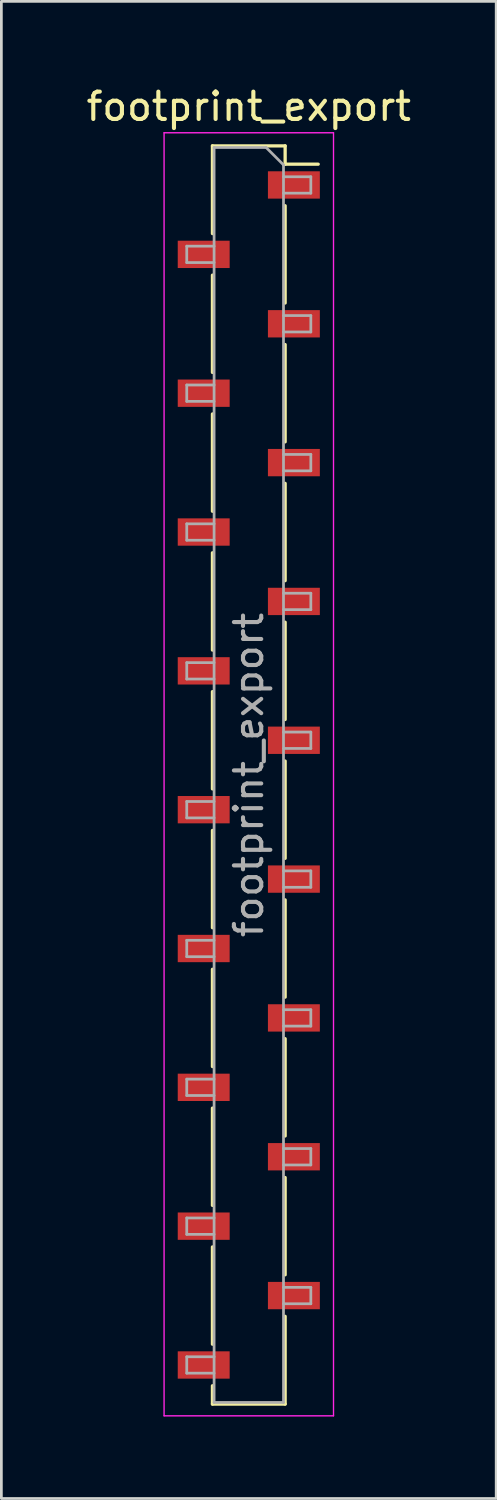
<source format=kicad_pcb>
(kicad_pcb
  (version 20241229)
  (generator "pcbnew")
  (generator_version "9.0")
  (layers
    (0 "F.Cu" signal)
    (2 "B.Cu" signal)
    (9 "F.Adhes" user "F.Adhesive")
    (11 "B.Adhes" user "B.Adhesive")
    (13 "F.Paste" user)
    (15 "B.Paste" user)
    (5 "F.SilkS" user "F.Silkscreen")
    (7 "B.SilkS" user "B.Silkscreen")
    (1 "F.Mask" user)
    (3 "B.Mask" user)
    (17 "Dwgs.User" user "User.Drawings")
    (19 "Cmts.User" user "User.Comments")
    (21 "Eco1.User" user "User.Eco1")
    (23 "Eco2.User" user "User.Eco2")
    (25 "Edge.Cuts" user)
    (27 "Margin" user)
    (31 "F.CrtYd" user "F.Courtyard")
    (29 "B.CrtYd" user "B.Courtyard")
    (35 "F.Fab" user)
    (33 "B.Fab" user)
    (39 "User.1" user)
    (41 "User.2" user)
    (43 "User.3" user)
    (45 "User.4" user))
  (footprint "footprint_export"
    (layer "F.Cu")
    (at 6.054 25.308)
    (property "Reference" "footprint_export" (at 0 -24.46 0) (layer "F.SilkS") (effects (font (size 1 1) (thickness 0.15))))
    (attr smd)
    (fp_line (start -1.33 -23.02) (end -1.33 -19.81) (stroke (width 0.12) (type solid)) (layer "F.SilkS"))
    (fp_line (start -1.33 -23.02) (end 1.33 -23.02) (stroke (width 0.12) (type solid)) (layer "F.SilkS"))
    (fp_line (start -1.33 -18.29) (end -1.33 -14.73) (stroke (width 0.12) (type solid)) (layer "F.SilkS"))
    (fp_line (start -1.33 -13.21) (end -1.33 -9.65) (stroke (width 0.12) (type solid)) (layer "F.SilkS"))
    (fp_line (start -1.33 -8.13) (end -1.33 -4.57) (stroke (width 0.12) (type solid)) (layer "F.SilkS"))
    (fp_line (start -1.33 -3.05) (end -1.33 0.51) (stroke (width 0.12) (type solid)) (layer "F.SilkS"))
    (fp_line (start -1.33 2.03) (end -1.33 5.59) (stroke (width 0.12) (type solid)) (layer "F.SilkS"))
    (fp_line (start -1.33 7.11) (end -1.33 10.67) (stroke (width 0.12) (type solid)) (layer "F.SilkS"))
    (fp_line (start -1.33 12.19) (end -1.33 15.75) (stroke (width 0.12) (type solid)) (layer "F.SilkS"))
    (fp_line (start -1.33 17.27) (end -1.33 20.83) (stroke (width 0.12) (type solid)) (layer "F.SilkS"))
    (fp_line (start -1.33 22.35) (end -1.33 23.02) (stroke (width 0.12) (type solid)) (layer "F.SilkS"))
    (fp_line (start -1.33 23.02) (end 1.33 23.02) (stroke (width 0.12) (type solid)) (layer "F.SilkS"))
    (fp_line (start 1.33 -23.02) (end 1.33 -22.35) (stroke (width 0.12) (type solid)) (layer "F.SilkS"))
    (fp_line (start 1.33 -22.35) (end 2.54 -22.35) (stroke (width 0.12) (type solid)) (layer "F.SilkS"))
    (fp_line (start 1.33 -20.83) (end 1.33 -17.27) (stroke (width 0.12) (type solid)) (layer "F.SilkS"))
    (fp_line (start 1.33 -15.75) (end 1.33 -12.19) (stroke (width 0.12) (type solid)) (layer "F.SilkS"))
    (fp_line (start 1.33 -10.67) (end 1.33 -7.11) (stroke (width 0.12) (type solid)) (layer "F.SilkS"))
    (fp_line (start 1.33 -5.59) (end 1.33 -2.03) (stroke (width 0.12) (type solid)) (layer "F.SilkS"))
    (fp_line (start 1.33 -0.51) (end 1.33 3.05) (stroke (width 0.12) (type solid)) (layer "F.SilkS"))
    (fp_line (start 1.33 4.57) (end 1.33 8.13) (stroke (width 0.12) (type solid)) (layer "F.SilkS"))
    (fp_line (start 1.33 9.65) (end 1.33 13.21) (stroke (width 0.12) (type solid)) (layer "F.SilkS"))
    (fp_line (start 1.33 14.73) (end 1.33 18.29) (stroke (width 0.12) (type solid)) (layer "F.SilkS"))
    (fp_line (start 1.33 19.81) (end 1.33 23.02) (stroke (width 0.12) (type solid)) (layer "F.SilkS"))
    (fp_line (start -3.1 -23.5) (end 3.1 -23.5) (stroke (width 0.05) (type solid)) (layer "F.CrtYd"))
    (fp_line (start -3.1 23.45) (end -3.1 -23.5) (stroke (width 0.05) (type solid)) (layer "F.CrtYd"))
    (fp_line (start 3.1 -23.5) (end 3.1 23.45) (stroke (width 0.05) (type solid)) (layer "F.CrtYd"))
    (fp_line (start 3.1 23.45) (end -3.1 23.45) (stroke (width 0.05) (type solid)) (layer "F.CrtYd"))
    (fp_line (start -2.27 -19.35) (end -1.27 -19.35) (stroke (width 0.1) (type solid)) (layer "F.Fab"))
    (fp_line (start -2.27 -18.75) (end -2.27 -19.35) (stroke (width 0.1) (type solid)) (layer "F.Fab"))
    (fp_line (start -2.27 -14.27) (end -1.27 -14.27) (stroke (width 0.1) (type solid)) (layer "F.Fab"))
    (fp_line (start -2.27 -13.67) (end -2.27 -14.27) (stroke (width 0.1) (type solid)) (layer "F.Fab"))
    (fp_line (start -2.27 -9.19) (end -1.27 -9.19) (stroke (width 0.1) (type solid)) (layer "F.Fab"))
    (fp_line (start -2.27 -8.59) (end -2.27 -9.19) (stroke (width 0.1) (type solid)) (layer "F.Fab"))
    (fp_line (start -2.27 -4.11) (end -1.27 -4.11) (stroke (width 0.1) (type solid)) (layer "F.Fab"))
    (fp_line (start -2.27 -3.51) (end -2.27 -4.11) (stroke (width 0.1) (type solid)) (layer "F.Fab"))
    (fp_line (start -2.27 0.97) (end -1.27 0.97) (stroke (width 0.1) (type solid)) (layer "F.Fab"))
    (fp_line (start -2.27 1.57) (end -2.27 0.97) (stroke (width 0.1) (type solid)) (layer "F.Fab"))
    (fp_line (start -2.27 6.05) (end -1.27 6.05) (stroke (width 0.1) (type solid)) (layer "F.Fab"))
    (fp_line (start -2.27 6.65) (end -2.27 6.05) (stroke (width 0.1) (type solid)) (layer "F.Fab"))
    (fp_line (start -2.27 11.13) (end -1.27 11.13) (stroke (width 0.1) (type solid)) (layer "F.Fab"))
    (fp_line (start -2.27 11.73) (end -2.27 11.13) (stroke (width 0.1) (type solid)) (layer "F.Fab"))
    (fp_line (start -2.27 16.21) (end -1.27 16.21) (stroke (width 0.1) (type solid)) (layer "F.Fab"))
    (fp_line (start -2.27 16.81) (end -2.27 16.21) (stroke (width 0.1) (type solid)) (layer "F.Fab"))
    (fp_line (start -2.27 21.29) (end -1.27 21.29) (stroke (width 0.1) (type solid)) (layer "F.Fab"))
    (fp_line (start -2.27 21.89) (end -2.27 21.29) (stroke (width 0.1) (type solid)) (layer "F.Fab"))
    (fp_line (start -1.27 -22.96) (end 0.635 -22.96) (stroke (width 0.1) (type solid)) (layer "F.Fab"))
    (fp_line (start -1.27 -18.75) (end -2.27 -18.75) (stroke (width 0.1) (type solid)) (layer "F.Fab"))
    (fp_line (start -1.27 -13.67) (end -2.27 -13.67) (stroke (width 0.1) (type solid)) (layer "F.Fab"))
    (fp_line (start -1.27 -8.59) (end -2.27 -8.59) (stroke (width 0.1) (type solid)) (layer "F.Fab"))
    (fp_line (start -1.27 -3.51) (end -2.27 -3.51) (stroke (width 0.1) (type solid)) (layer "F.Fab"))
    (fp_line (start -1.27 1.57) (end -2.27 1.57) (stroke (width 0.1) (type solid)) (layer "F.Fab"))
    (fp_line (start -1.27 6.65) (end -2.27 6.65) (stroke (width 0.1) (type solid)) (layer "F.Fab"))
    (fp_line (start -1.27 11.73) (end -2.27 11.73) (stroke (width 0.1) (type solid)) (layer "F.Fab"))
    (fp_line (start -1.27 16.81) (end -2.27 16.81) (stroke (width 0.1) (type solid)) (layer "F.Fab"))
    (fp_line (start -1.27 21.89) (end -2.27 21.89) (stroke (width 0.1) (type solid)) (layer "F.Fab"))
    (fp_line (start -1.27 22.96) (end -1.27 -22.96) (stroke (width 0.1) (type solid)) (layer "F.Fab"))
    (fp_line (start 0.635 -22.96) (end 1.27 -22.325) (stroke (width 0.1) (type solid)) (layer "F.Fab"))
    (fp_line (start 1.27 -22.325) (end 1.27 22.96) (stroke (width 0.1) (type solid)) (layer "F.Fab"))
    (fp_line (start 1.27 -21.89) (end 2.27 -21.89) (stroke (width 0.1) (type solid)) (layer "F.Fab"))
    (fp_line (start 1.27 -16.81) (end 2.27 -16.81) (stroke (width 0.1) (type solid)) (layer "F.Fab"))
    (fp_line (start 1.27 -11.73) (end 2.27 -11.73) (stroke (width 0.1) (type solid)) (layer "F.Fab"))
    (fp_line (start 1.27 -6.65) (end 2.27 -6.65) (stroke (width 0.1) (type solid)) (layer "F.Fab"))
    (fp_line (start 1.27 -1.57) (end 2.27 -1.57) (stroke (width 0.1) (type solid)) (layer "F.Fab"))
    (fp_line (start 1.27 3.51) (end 2.27 3.51) (stroke (width 0.1) (type solid)) (layer "F.Fab"))
    (fp_line (start 1.27 8.59) (end 2.27 8.59) (stroke (width 0.1) (type solid)) (layer "F.Fab"))
    (fp_line (start 1.27 13.67) (end 2.27 13.67) (stroke (width 0.1) (type solid)) (layer "F.Fab"))
    (fp_line (start 1.27 18.75) (end 2.27 18.75) (stroke (width 0.1) (type solid)) (layer "F.Fab"))
    (fp_line (start 1.27 22.96) (end -1.27 22.96) (stroke (width 0.1) (type solid)) (layer "F.Fab"))
    (fp_line (start 2.27 -21.89) (end 2.27 -21.29) (stroke (width 0.1) (type solid)) (layer "F.Fab"))
    (fp_line (start 2.27 -21.29) (end 1.27 -21.29) (stroke (width 0.1) (type solid)) (layer "F.Fab"))
    (fp_line (start 2.27 -16.81) (end 2.27 -16.21) (stroke (width 0.1) (type solid)) (layer "F.Fab"))
    (fp_line (start 2.27 -16.21) (end 1.27 -16.21) (stroke (width 0.1) (type solid)) (layer "F.Fab"))
    (fp_line (start 2.27 -11.73) (end 2.27 -11.13) (stroke (width 0.1) (type solid)) (layer "F.Fab"))
    (fp_line (start 2.27 -11.13) (end 1.27 -11.13) (stroke (width 0.1) (type solid)) (layer "F.Fab"))
    (fp_line (start 2.27 -6.65) (end 2.27 -6.05) (stroke (width 0.1) (type solid)) (layer "F.Fab"))
    (fp_line (start 2.27 -6.05) (end 1.27 -6.05) (stroke (width 0.1) (type solid)) (layer "F.Fab"))
    (fp_line (start 2.27 -1.57) (end 2.27 -0.97) (stroke (width 0.1) (type solid)) (layer "F.Fab"))
    (fp_line (start 2.27 -0.97) (end 1.27 -0.97) (stroke (width 0.1) (type solid)) (layer "F.Fab"))
    (fp_line (start 2.27 3.51) (end 2.27 4.11) (stroke (width 0.1) (type solid)) (layer "F.Fab"))
    (fp_line (start 2.27 4.11) (end 1.27 4.11) (stroke (width 0.1) (type solid)) (layer "F.Fab"))
    (fp_line (start 2.27 8.59) (end 2.27 9.19) (stroke (width 0.1) (type solid)) (layer "F.Fab"))
    (fp_line (start 2.27 9.19) (end 1.27 9.19) (stroke (width 0.1) (type solid)) (layer "F.Fab"))
    (fp_line (start 2.27 13.67) (end 2.27 14.27) (stroke (width 0.1) (type solid)) (layer "F.Fab"))
    (fp_line (start 2.27 14.27) (end 1.27 14.27) (stroke (width 0.1) (type solid)) (layer "F.Fab"))
    (fp_line (start 2.27 18.75) (end 2.27 19.35) (stroke (width 0.1) (type solid)) (layer "F.Fab"))
    (fp_line (start 2.27 19.35) (end 1.27 19.35) (stroke (width 0.1) (type solid)) (layer "F.Fab"))
    (fp_text user "${REFERENCE}" (at 0 0 90) (layer "F.Fab") (effects (font (size 1 1) (thickness 0.15))))
    (pad "1" smd rect (at 1.65 -21.59) (size 1.9 1) (layers "F.Cu" "F.Mask" "F.Paste"))
    (pad "2" smd rect (at -1.65 -19.05) (size 1.9 1) (layers "F.Cu" "F.Mask" "F.Paste"))
    (pad "3" smd rect (at 1.65 -16.51) (size 1.9 1) (layers "F.Cu" "F.Mask" "F.Paste"))
    (pad "4" smd rect (at -1.65 -13.97) (size 1.9 1) (layers "F.Cu" "F.Mask" "F.Paste"))
    (pad "5" smd rect (at 1.65 -11.43) (size 1.9 1) (layers "F.Cu" "F.Mask" "F.Paste"))
    (pad "6" smd rect (at -1.65 -8.89) (size 1.9 1) (layers "F.Cu" "F.Mask" "F.Paste"))
    (pad "7" smd rect (at 1.65 -6.35) (size 1.9 1) (layers "F.Cu" "F.Mask" "F.Paste"))
    (pad "8" smd rect (at -1.65 -3.81) (size 1.9 1) (layers "F.Cu" "F.Mask" "F.Paste"))
    (pad "9" smd rect (at 1.65 -1.27) (size 1.9 1) (layers "F.Cu" "F.Mask" "F.Paste"))
    (pad "10" smd rect (at -1.65 1.27) (size 1.9 1) (layers "F.Cu" "F.Mask" "F.Paste"))
    (pad "11" smd rect (at 1.65 3.81) (size 1.9 1) (layers "F.Cu" "F.Mask" "F.Paste"))
    (pad "12" smd rect (at -1.65 6.35) (size 1.9 1) (layers "F.Cu" "F.Mask" "F.Paste"))
    (pad "13" smd rect (at 1.65 8.89) (size 1.9 1) (layers "F.Cu" "F.Mask" "F.Paste"))
    (pad "14" smd rect (at -1.65 11.43) (size 1.9 1) (layers "F.Cu" "F.Mask" "F.Paste"))
    (pad "15" smd rect (at 1.65 13.97) (size 1.9 1) (layers "F.Cu" "F.Mask" "F.Paste"))
    (pad "16" smd rect (at -1.65 16.51) (size 1.9 1) (layers "F.Cu" "F.Mask" "F.Paste"))
    (pad "17" smd rect (at 1.65 19.05) (size 1.9 1) (layers "F.Cu" "F.Mask" "F.Paste"))
    (pad "18" smd rect (at -1.65 21.59) (size 1.9 1) (layers "F.Cu" "F.Mask" "F.Paste")))
  (gr_rect
    (start -3 -3)
    (end 15.107 51.783)
    (stroke (width 0.1) (type default))
    (fill no)
    (layer "Edge.Cuts")))
</source>
